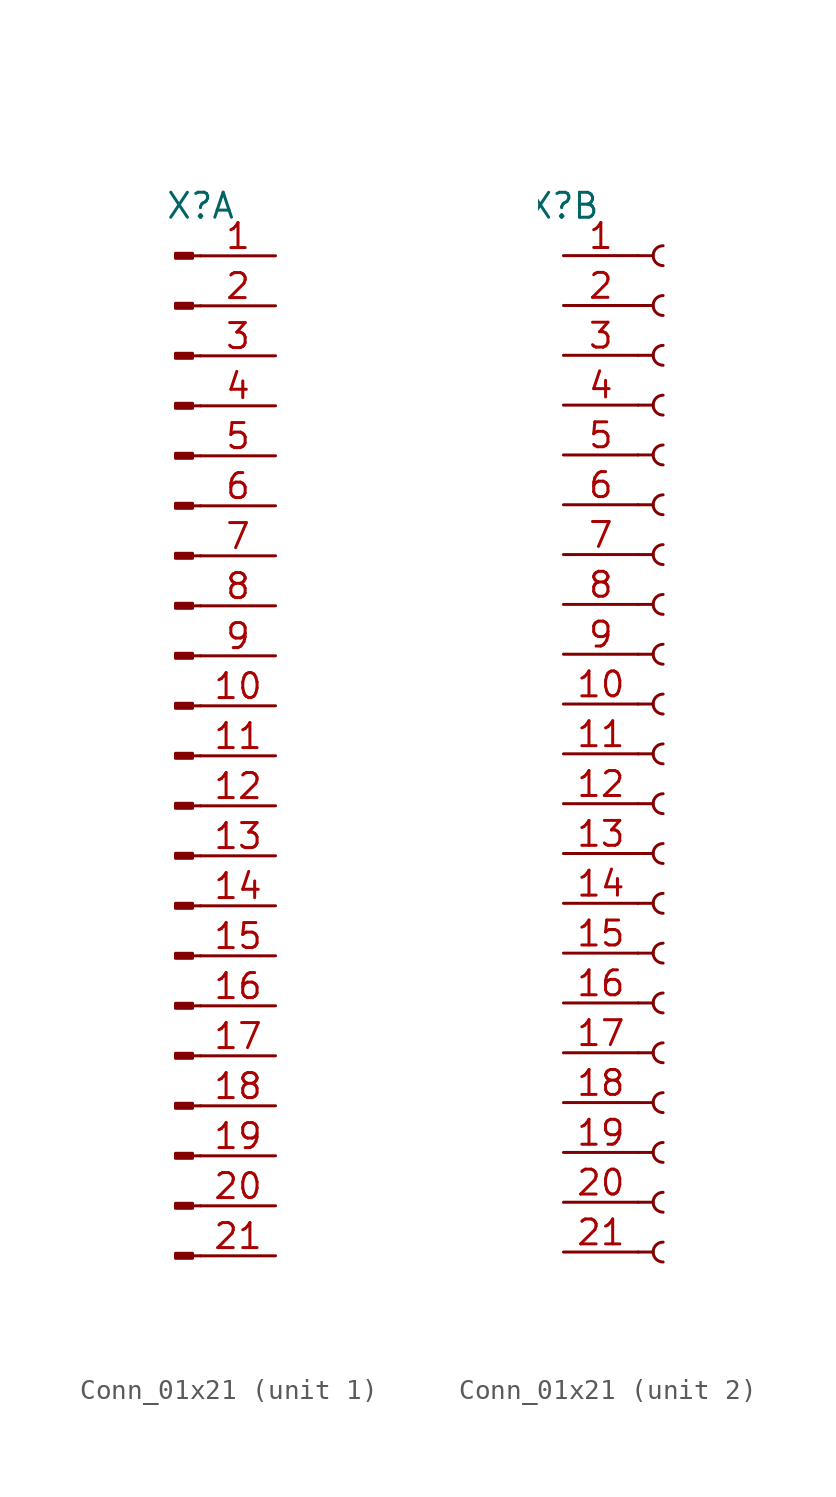
<source format=kicad_sym>
(kicad_symbol_lib
  (version 20241209)
  (generator "kicad_symbol_editor")
  (generator_version "9.0")
  (symbol "Conn_01x21"
    (pin_names
      (offset 1.016)
      (hide yes))
    (property "Reference" "X"
      (at 0 27.94 0)
      (effects (font (size 1.27 1.27))))
    (property "ki_locked" ""
      (at 0 0 0)
      (effects (font (size 1.27 1.27))))
    (symbol "Conn_01x21_1_1"
      (rectangle (start -0.406 25.527) (end -1.27 25.273) (stroke (width 0.152) (type default)) (fill (type outline)))
      (rectangle (start -0.406 22.987) (end -1.27 22.733) (stroke (width 0.152) (type default)) (fill (type outline)))
      (rectangle (start -0.406 20.447) (end -1.27 20.193) (stroke (width 0.152) (type default)) (fill (type outline)))
      (rectangle (start -0.406 17.907) (end -1.27 17.653) (stroke (width 0.152) (type default)) (fill (type outline)))
      (rectangle (start -0.406 15.367) (end -1.27 15.113) (stroke (width 0.152) (type default)) (fill (type outline)))
      (rectangle (start -0.406 12.827) (end -1.27 12.573) (stroke (width 0.152) (type default)) (fill (type outline)))
      (rectangle (start -0.406 10.287) (end -1.27 10.033) (stroke (width 0.152) (type default)) (fill (type outline)))
      (rectangle (start -0.406 7.747) (end -1.27 7.493) (stroke (width 0.152) (type default)) (fill (type outline)))
      (rectangle (start -0.406 5.207) (end -1.27 4.953) (stroke (width 0.152) (type default)) (fill (type outline)))
      (rectangle (start -0.406 2.667) (end -1.27 2.413) (stroke (width 0.152) (type default)) (fill (type outline)))
      (rectangle (start -0.406 0.127) (end -1.27 -0.127) (stroke (width 0.152) (type default)) (fill (type outline)))
      (rectangle (start -0.406 -2.413) (end -1.27 -2.667) (stroke (width 0.152) (type default)) (fill (type outline)))
      (rectangle (start -0.406 -4.953) (end -1.27 -5.207) (stroke (width 0.152) (type default)) (fill (type outline)))
      (rectangle (start -0.406 -7.493) (end -1.27 -7.747) (stroke (width 0.152) (type default)) (fill (type outline)))
      (rectangle (start -0.406 -10.033) (end -1.27 -10.287) (stroke (width 0.152) (type default)) (fill (type outline)))
      (rectangle (start -0.406 -12.573) (end -1.27 -12.827) (stroke (width 0.152) (type default)) (fill (type outline)))
      (rectangle (start -0.406 -15.113) (end -1.27 -15.367) (stroke (width 0.152) (type default)) (fill (type outline)))
      (rectangle (start -0.406 -17.653) (end -1.27 -17.907) (stroke (width 0.152) (type default)) (fill (type outline)))
      (rectangle (start -0.406 -20.193) (end -1.27 -20.447) (stroke (width 0.152) (type default)) (fill (type outline)))
      (rectangle (start -0.406 -22.733) (end -1.27 -22.987) (stroke (width 0.152) (type default)) (fill (type outline)))
      (rectangle (start -0.406 -25.273) (end -1.27 -25.527) (stroke (width 0.152) (type default)) (fill (type outline)))
      (polyline (pts (xy 0 25.4) (xy -0.406 25.4)) (stroke (width 0.152) (type default)) (fill (type none)))
      (polyline (pts (xy 0 22.86) (xy -0.406 22.86)) (stroke (width 0.152) (type default)) (fill (type none)))
      (polyline (pts (xy 0 20.32) (xy -0.406 20.32)) (stroke (width 0.152) (type default)) (fill (type none)))
      (polyline (pts (xy 0 17.78) (xy -0.406 17.78)) (stroke (width 0.152) (type default)) (fill (type none)))
      (polyline (pts (xy 0 15.24) (xy -0.406 15.24)) (stroke (width 0.152) (type default)) (fill (type none)))
      (polyline (pts (xy 0 12.7) (xy -0.406 12.7)) (stroke (width 0.152) (type default)) (fill (type none)))
      (polyline (pts (xy 0 10.16) (xy -0.406 10.16)) (stroke (width 0.152) (type default)) (fill (type none)))
      (polyline (pts (xy 0 7.62) (xy -0.406 7.62)) (stroke (width 0.152) (type default)) (fill (type none)))
      (polyline (pts (xy 0 5.08) (xy -0.406 5.08)) (stroke (width 0.152) (type default)) (fill (type none)))
      (polyline (pts (xy 0 2.54) (xy -0.406 2.54)) (stroke (width 0.152) (type default)) (fill (type none)))
      (polyline (pts (xy 0 0) (xy -0.406 0)) (stroke (width 0.152) (type default)) (fill (type none)))
      (polyline (pts (xy 0 -2.54) (xy -0.406 -2.54)) (stroke (width 0.152) (type default)) (fill (type none)))
      (polyline (pts (xy 0 -5.08) (xy -0.406 -5.08)) (stroke (width 0.152) (type default)) (fill (type none)))
      (polyline (pts (xy 0 -7.62) (xy -0.406 -7.62)) (stroke (width 0.152) (type default)) (fill (type none)))
      (polyline (pts (xy 0 -10.16) (xy -0.406 -10.16)) (stroke (width 0.152) (type default)) (fill (type none)))
      (polyline (pts (xy 0 -12.7) (xy -0.406 -12.7)) (stroke (width 0.152) (type default)) (fill (type none)))
      (polyline (pts (xy 0 -15.24) (xy -0.406 -15.24)) (stroke (width 0.152) (type default)) (fill (type none)))
      (polyline (pts (xy 0 -17.78) (xy -0.406 -17.78)) (stroke (width 0.152) (type default)) (fill (type none)))
      (polyline (pts (xy 0 -20.32) (xy -0.406 -20.32)) (stroke (width 0.152) (type default)) (fill (type none)))
      (polyline (pts (xy 0 -22.86) (xy -0.406 -22.86)) (stroke (width 0.152) (type default)) (fill (type none)))
      (polyline (pts (xy 0 -25.4) (xy -0.406 -25.4)) (stroke (width 0.152) (type default)) (fill (type none)))
      (pin passive line (at 3.81 25.4 180) (length 3.81) (name "Pin_1" (effects (font (size 1.27 1.27)))) (number "1" (effects (font (size 1.27 1.27)))))
      (pin passive line (at 3.81 22.86 180) (length 3.81) (name "Pin_2" (effects (font (size 1.27 1.27)))) (number "2" (effects (font (size 1.27 1.27)))))
      (pin passive line (at 3.81 20.32 180) (length 3.81) (name "Pin_3" (effects (font (size 1.27 1.27)))) (number "3" (effects (font (size 1.27 1.27)))))
      (pin passive line (at 3.81 17.78 180) (length 3.81) (name "Pin_4" (effects (font (size 1.27 1.27)))) (number "4" (effects (font (size 1.27 1.27)))))
      (pin passive line (at 3.81 15.24 180) (length 3.81) (name "Pin_5" (effects (font (size 1.27 1.27)))) (number "5" (effects (font (size 1.27 1.27)))))
      (pin passive line (at 3.81 12.7 180) (length 3.81) (name "Pin_6" (effects (font (size 1.27 1.27)))) (number "6" (effects (font (size 1.27 1.27)))))
      (pin passive line (at 3.81 10.16 180) (length 3.81) (name "Pin_7" (effects (font (size 1.27 1.27)))) (number "7" (effects (font (size 1.27 1.27)))))
      (pin passive line (at 3.81 7.62 180) (length 3.81) (name "Pin_8" (effects (font (size 1.27 1.27)))) (number "8" (effects (font (size 1.27 1.27)))))
      (pin passive line (at 3.81 5.08 180) (length 3.81) (name "Pin_9" (effects (font (size 1.27 1.27)))) (number "9" (effects (font (size 1.27 1.27)))))
      (pin passive line (at 3.81 2.54 180) (length 3.81) (name "Pin_10" (effects (font (size 1.27 1.27)))) (number "10" (effects (font (size 1.27 1.27)))))
      (pin passive line (at 3.81 0 180) (length 3.81) (name "Pin_11" (effects (font (size 1.27 1.27)))) (number "11" (effects (font (size 1.27 1.27)))))
      (pin passive line (at 3.81 -2.54 180) (length 3.81) (name "Pin_12" (effects (font (size 1.27 1.27)))) (number "12" (effects (font (size 1.27 1.27)))))
      (pin passive line (at 3.81 -5.08 180) (length 3.81) (name "Pin_13" (effects (font (size 1.27 1.27)))) (number "13" (effects (font (size 1.27 1.27)))))
      (pin passive line (at 3.81 -7.62 180) (length 3.81) (name "Pin_14" (effects (font (size 1.27 1.27)))) (number "14" (effects (font (size 1.27 1.27)))))
      (pin passive line (at 3.81 -10.16 180) (length 3.81) (name "Pin_15" (effects (font (size 1.27 1.27)))) (number "15" (effects (font (size 1.27 1.27)))))
      (pin passive line (at 3.81 -12.7 180) (length 3.81) (name "Pin_16" (effects (font (size 1.27 1.27)))) (number "16" (effects (font (size 1.27 1.27)))))
      (pin passive line (at 3.81 -15.24 180) (length 3.81) (name "Pin_17" (effects (font (size 1.27 1.27)))) (number "17" (effects (font (size 1.27 1.27)))))
      (pin passive line (at 3.81 -17.78 180) (length 3.81) (name "Pin_18" (effects (font (size 1.27 1.27)))) (number "18" (effects (font (size 1.27 1.27)))))
      (pin passive line (at 3.81 -20.32 180) (length 3.81) (name "Pin_19" (effects (font (size 1.27 1.27)))) (number "19" (effects (font (size 1.27 1.27)))))
      (pin passive line (at 3.81 -22.86 180) (length 3.81) (name "Pin_20" (effects (font (size 1.27 1.27)))) (number "20" (effects (font (size 1.27 1.27)))))
      (pin passive line (at 3.81 -25.4 180) (length 3.81) (name "Pin_21" (effects (font (size 1.27 1.27)))) (number "21" (effects (font (size 1.27 1.27))))))
    (symbol "Conn_01x21_2_1"
      (polyline (pts (xy 3.81 25.4) (xy 4.572 25.4)) (stroke (width 0.152) (type default)) (fill (type none)))
      (polyline (pts (xy 3.81 22.86) (xy 4.572 22.86)) (stroke (width 0.152) (type default)) (fill (type none)))
      (polyline (pts (xy 3.81 20.32) (xy 4.572 20.32)) (stroke (width 0.152) (type default)) (fill (type none)))
      (polyline (pts (xy 3.81 17.78) (xy 4.572 17.78)) (stroke (width 0.152) (type default)) (fill (type none)))
      (polyline (pts (xy 3.81 15.24) (xy 4.572 15.24)) (stroke (width 0.152) (type default)) (fill (type none)))
      (polyline (pts (xy 3.81 12.7) (xy 4.572 12.7)) (stroke (width 0.152) (type default)) (fill (type none)))
      (polyline (pts (xy 3.81 10.16) (xy 4.572 10.16)) (stroke (width 0.152) (type default)) (fill (type none)))
      (polyline (pts (xy 3.81 7.62) (xy 4.572 7.62)) (stroke (width 0.152) (type default)) (fill (type none)))
      (polyline (pts (xy 3.81 5.08) (xy 4.572 5.08)) (stroke (width 0.152) (type default)) (fill (type none)))
      (polyline (pts (xy 3.81 2.54) (xy 4.572 2.54)) (stroke (width 0.152) (type default)) (fill (type none)))
      (polyline (pts (xy 3.81 0) (xy 4.572 0)) (stroke (width 0.152) (type default)) (fill (type none)))
      (polyline (pts (xy 3.81 -2.54) (xy 4.572 -2.54)) (stroke (width 0.152) (type default)) (fill (type none)))
      (polyline (pts (xy 3.81 -5.08) (xy 4.572 -5.08)) (stroke (width 0.152) (type default)) (fill (type none)))
      (polyline (pts (xy 3.81 -7.62) (xy 4.572 -7.62)) (stroke (width 0.152) (type default)) (fill (type none)))
      (polyline (pts (xy 3.81 -10.16) (xy 4.572 -10.16)) (stroke (width 0.152) (type default)) (fill (type none)))
      (polyline (pts (xy 3.81 -12.7) (xy 4.572 -12.7)) (stroke (width 0.152) (type default)) (fill (type none)))
      (polyline (pts (xy 3.81 -15.24) (xy 4.572 -15.24)) (stroke (width 0.152) (type default)) (fill (type none)))
      (polyline (pts (xy 3.81 -17.78) (xy 4.572 -17.78)) (stroke (width 0.152) (type default)) (fill (type none)))
      (polyline (pts (xy 3.81 -20.32) (xy 4.572 -20.32)) (stroke (width 0.152) (type default)) (fill (type none)))
      (polyline (pts (xy 3.81 -22.86) (xy 4.572 -22.86)) (stroke (width 0.152) (type default)) (fill (type none)))
      (polyline (pts (xy 3.81 -25.4) (xy 4.572 -25.4)) (stroke (width 0.152) (type default)) (fill (type none)))
      (arc (start 5.08 24.892) (mid 4.5742 25.4) (end 5.08 25.908) (stroke (width 0.1524) (type default)) (fill (type none)))
      (arc (start 5.08 22.352) (mid 4.5742 22.86) (end 5.08 23.368) (stroke (width 0.1524) (type default)) (fill (type none)))
      (arc (start 5.08 19.812) (mid 4.5742 20.32) (end 5.08 20.828) (stroke (width 0.1524) (type default)) (fill (type none)))
      (arc (start 5.08 17.272) (mid 4.5742 17.78) (end 5.08 18.288) (stroke (width 0.1524) (type default)) (fill (type none)))
      (arc (start 5.08 14.732) (mid 4.5742 15.24) (end 5.08 15.748) (stroke (width 0.1524) (type default)) (fill (type none)))
      (arc (start 5.08 12.192) (mid 4.5742 12.7) (end 5.08 13.208) (stroke (width 0.1524) (type default)) (fill (type none)))
      (arc (start 5.08 9.652) (mid 4.5742 10.16) (end 5.08 10.668) (stroke (width 0.1524) (type default)) (fill (type none)))
      (arc (start 5.08 7.112) (mid 4.5742 7.62) (end 5.08 8.128) (stroke (width 0.1524) (type default)) (fill (type none)))
      (arc (start 5.08 4.572) (mid 4.5742 5.08) (end 5.08 5.588) (stroke (width 0.1524) (type default)) (fill (type none)))
      (arc (start 5.08 2.032) (mid 4.5742 2.54) (end 5.08 3.048) (stroke (width 0.1524) (type default)) (fill (type none)))
      (arc (start 5.08 -0.508) (mid 4.5742 0) (end 5.08 0.508) (stroke (width 0.1524) (type default)) (fill (type none)))
      (arc (start 5.08 -3.048) (mid 4.5742 -2.54) (end 5.08 -2.032) (stroke (width 0.1524) (type default)) (fill (type none)))
      (arc (start 5.08 -5.588) (mid 4.5742 -5.08) (end 5.08 -4.572) (stroke (width 0.1524) (type default)) (fill (type none)))
      (arc (start 5.08 -8.128) (mid 4.5742 -7.62) (end 5.08 -7.112) (stroke (width 0.1524) (type default)) (fill (type none)))
      (arc (start 5.08 -10.668) (mid 4.5742 -10.16) (end 5.08 -9.652) (stroke (width 0.1524) (type default)) (fill (type none)))
      (arc (start 5.08 -13.208) (mid 4.5742 -12.7) (end 5.08 -12.192) (stroke (width 0.1524) (type default)) (fill (type none)))
      (arc (start 5.08 -15.748) (mid 4.5742 -15.24) (end 5.08 -14.732) (stroke (width 0.1524) (type default)) (fill (type none)))
      (arc (start 5.08 -18.288) (mid 4.5742 -17.78) (end 5.08 -17.272) (stroke (width 0.1524) (type default)) (fill (type none)))
      (arc (start 5.08 -20.828) (mid 4.5742 -20.32) (end 5.08 -19.812) (stroke (width 0.1524) (type default)) (fill (type none)))
      (arc (start 5.08 -23.368) (mid 4.5742 -22.86) (end 5.08 -22.352) (stroke (width 0.1524) (type default)) (fill (type none)))
      (arc (start 5.08 -25.908) (mid 4.5742 -25.4) (end 5.08 -24.892) (stroke (width 0.1524) (type default)) (fill (type none)))
      (pin passive line (at 0 25.4 0) (length 3.81) (name "Pin_1" (effects (font (size 1.27 1.27)))) (number "1" (effects (font (size 1.27 1.27)))))
      (pin passive line (at 0 22.86 0) (length 3.81) (name "Pin_2" (effects (font (size 1.27 1.27)))) (number "2" (effects (font (size 1.27 1.27)))))
      (pin passive line (at 0 20.32 0) (length 3.81) (name "Pin_3" (effects (font (size 1.27 1.27)))) (number "3" (effects (font (size 1.27 1.27)))))
      (pin passive line (at 0 17.78 0) (length 3.81) (name "Pin_4" (effects (font (size 1.27 1.27)))) (number "4" (effects (font (size 1.27 1.27)))))
      (pin passive line (at 0 15.24 0) (length 3.81) (name "Pin_5" (effects (font (size 1.27 1.27)))) (number "5" (effects (font (size 1.27 1.27)))))
      (pin passive line (at 0 12.7 0) (length 3.81) (name "Pin_6" (effects (font (size 1.27 1.27)))) (number "6" (effects (font (size 1.27 1.27)))))
      (pin passive line (at 0 10.16 0) (length 3.81) (name "Pin_7" (effects (font (size 1.27 1.27)))) (number "7" (effects (font (size 1.27 1.27)))))
      (pin passive line (at 0 7.62 0) (length 3.81) (name "Pin_8" (effects (font (size 1.27 1.27)))) (number "8" (effects (font (size 1.27 1.27)))))
      (pin passive line (at 0 5.08 0) (length 3.81) (name "Pin_9" (effects (font (size 1.27 1.27)))) (number "9" (effects (font (size 1.27 1.27)))))
      (pin passive line (at 0 2.54 0) (length 3.81) (name "Pin_10" (effects (font (size 1.27 1.27)))) (number "10" (effects (font (size 1.27 1.27)))))
      (pin passive line (at 0 0 0) (length 3.81) (name "Pin_11" (effects (font (size 1.27 1.27)))) (number "11" (effects (font (size 1.27 1.27)))))
      (pin passive line (at 0 -2.54 0) (length 3.81) (name "Pin_12" (effects (font (size 1.27 1.27)))) (number "12" (effects (font (size 1.27 1.27)))))
      (pin passive line (at 0 -5.08 0) (length 3.81) (name "Pin_13" (effects (font (size 1.27 1.27)))) (number "13" (effects (font (size 1.27 1.27)))))
      (pin passive line (at 0 -7.62 0) (length 3.81) (name "Pin_14" (effects (font (size 1.27 1.27)))) (number "14" (effects (font (size 1.27 1.27)))))
      (pin passive line (at 0 -10.16 0) (length 3.81) (name "Pin_15" (effects (font (size 1.27 1.27)))) (number "15" (effects (font (size 1.27 1.27)))))
      (pin passive line (at 0 -12.7 0) (length 3.81) (name "Pin_16" (effects (font (size 1.27 1.27)))) (number "16" (effects (font (size 1.27 1.27)))))
      (pin passive line (at 0 -15.24 0) (length 3.81) (name "Pin_17" (effects (font (size 1.27 1.27)))) (number "17" (effects (font (size 1.27 1.27)))))
      (pin passive line (at 0 -17.78 0) (length 3.81) (name "Pin_18" (effects (font (size 1.27 1.27)))) (number "18" (effects (font (size 1.27 1.27)))))
      (pin passive line (at 0 -20.32 0) (length 3.81) (name "Pin_19" (effects (font (size 1.27 1.27)))) (number "19" (effects (font (size 1.27 1.27)))))
      (pin passive line (at 0 -22.86 0) (length 3.81) (name "Pin_20" (effects (font (size 1.27 1.27)))) (number "20" (effects (font (size 1.27 1.27)))))
      (pin passive line (at 0 -25.4 0) (length 3.81) (name "Pin_21" (effects (font (size 1.27 1.27)))) (number "21" (effects (font (size 1.27 1.27))))))))
</source>
